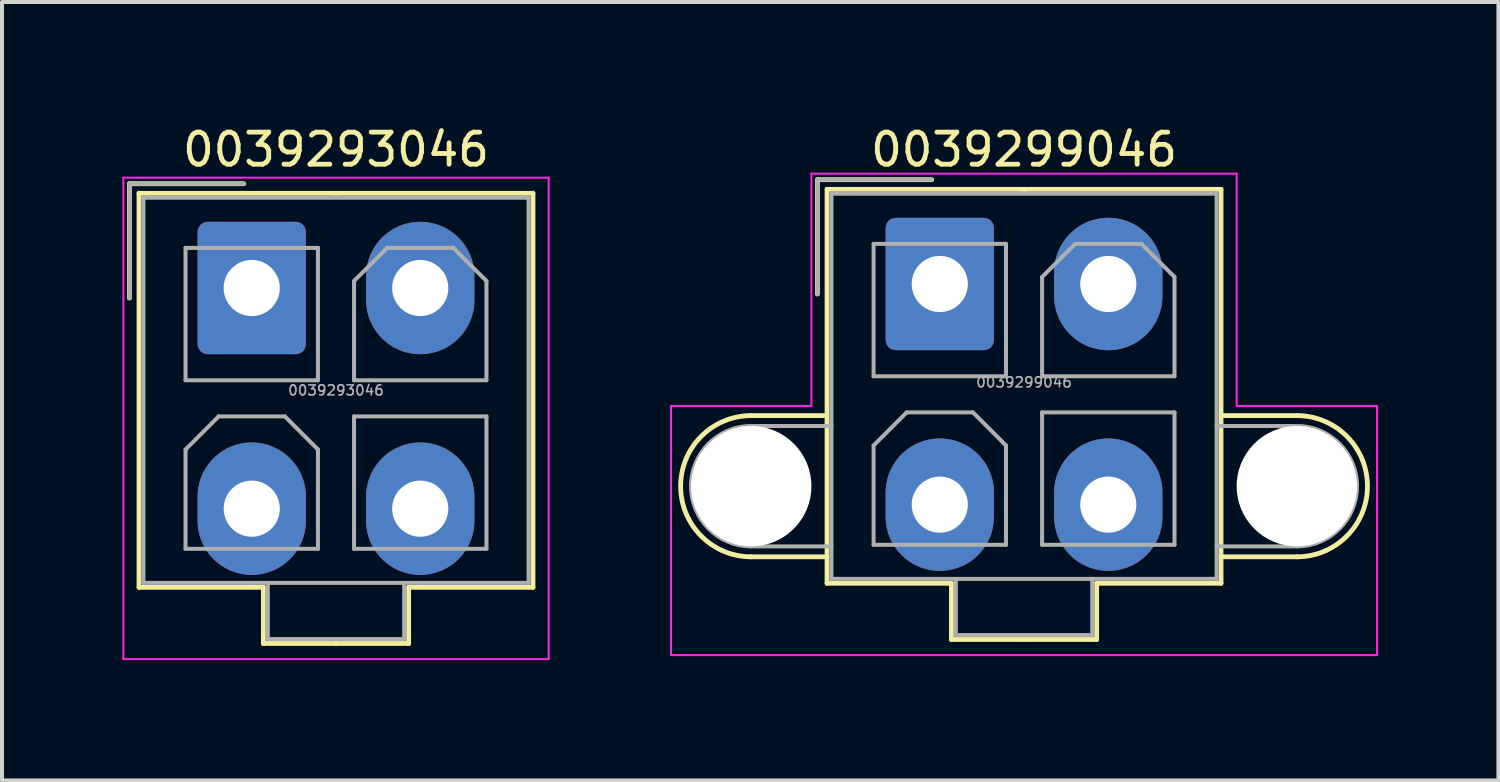
<source format=kicad_pcb>
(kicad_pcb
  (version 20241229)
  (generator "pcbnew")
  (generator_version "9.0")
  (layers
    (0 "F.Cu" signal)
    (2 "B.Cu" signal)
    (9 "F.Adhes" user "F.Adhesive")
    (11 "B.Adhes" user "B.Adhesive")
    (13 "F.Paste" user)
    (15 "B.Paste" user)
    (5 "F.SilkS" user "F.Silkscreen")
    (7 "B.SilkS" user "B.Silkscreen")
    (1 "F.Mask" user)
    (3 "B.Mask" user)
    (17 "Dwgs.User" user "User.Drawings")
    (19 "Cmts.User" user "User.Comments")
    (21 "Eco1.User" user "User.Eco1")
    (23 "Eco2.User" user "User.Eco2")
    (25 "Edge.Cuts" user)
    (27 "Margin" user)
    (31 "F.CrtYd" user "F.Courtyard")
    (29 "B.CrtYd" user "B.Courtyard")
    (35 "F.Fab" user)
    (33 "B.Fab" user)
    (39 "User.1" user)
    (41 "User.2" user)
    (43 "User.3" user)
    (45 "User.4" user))
  (footprint "0039299046"
    (layer "F.Cu")
    (at 22.475 6.779)
    (property "Reference" "0039299046" (at 0 -6.1 0) (layer "F.SilkS") (effects (font (size 0.8 0.8) (thickness 0.12))))
    (attr through_hole)
    (fp_line (start -6.8 0.53) (end -4.91 0.53) (stroke (width 0.12) (type solid)) (layer "F.SilkS"))
    (fp_line (start -6.8 4.05) (end -4.91 4.05) (stroke (width 0.12) (type solid)) (layer "F.SilkS"))
    (fp_line (start -5.15 -5.35) (end -5.15 -2.5) (stroke (width 0.12) (type solid)) (layer "F.SilkS"))
    (fp_line (start -4.91 -5.11) (end -4.91 4.71) (stroke (width 0.12) (type solid)) (layer "F.SilkS"))
    (fp_line (start -4.91 4.71) (end -1.81 4.71) (stroke (width 0.12) (type solid)) (layer "F.SilkS"))
    (fp_line (start -2.3 -5.35) (end -5.15 -5.35) (stroke (width 0.12) (type solid)) (layer "F.SilkS"))
    (fp_line (start -1.81 4.71) (end -1.81 6.11) (stroke (width 0.12) (type solid)) (layer "F.SilkS"))
    (fp_line (start -1.81 6.11) (end 0 6.11) (stroke (width 0.12) (type solid)) (layer "F.SilkS"))
    (fp_line (start 0 -5.11) (end -4.91 -5.11) (stroke (width 0.12) (type solid)) (layer "F.SilkS"))
    (fp_line (start 0 -5.11) (end 4.91 -5.11) (stroke (width 0.12) (type solid)) (layer "F.SilkS"))
    (fp_line (start 1.81 4.71) (end 1.81 6.11) (stroke (width 0.12) (type solid)) (layer "F.SilkS"))
    (fp_line (start 1.81 6.11) (end 0 6.11) (stroke (width 0.12) (type solid)) (layer "F.SilkS"))
    (fp_line (start 4.91 -5.11) (end 4.91 4.71) (stroke (width 0.12) (type solid)) (layer "F.SilkS"))
    (fp_line (start 4.91 4.71) (end 1.81 4.71) (stroke (width 0.12) (type solid)) (layer "F.SilkS"))
    (fp_line (start 6.8 0.53) (end 4.91 0.53) (stroke (width 0.12) (type solid)) (layer "F.SilkS"))
    (fp_line (start 6.8 4.05) (end 4.91 4.05) (stroke (width 0.12) (type solid)) (layer "F.SilkS"))
    (fp_arc (start -6.8 4.05) (mid -8.56 2.29) (end -6.8 0.53) (stroke (width 0.12) (type solid)) (layer "F.SilkS"))
    (fp_arc (start 6.8 0.53) (mid 8.56 2.29) (end 6.8 4.05) (stroke (width 0.12) (type solid)) (layer "F.SilkS"))
    (fp_line (start -8.8 0.29) (end -8.8 6.5) (stroke (width 0.05) (type solid)) (layer "F.CrtYd"))
    (fp_line (start -8.8 6.5) (end 8.8 6.5) (stroke (width 0.05) (type solid)) (layer "F.CrtYd"))
    (fp_line (start -5.3 -5.5) (end -5.3 0.29) (stroke (width 0.05) (type solid)) (layer "F.CrtYd"))
    (fp_line (start -5.3 0.29) (end -8.8 0.29) (stroke (width 0.05) (type solid)) (layer "F.CrtYd"))
    (fp_line (start 5.3 -5.5) (end -5.3 -5.5) (stroke (width 0.05) (type solid)) (layer "F.CrtYd"))
    (fp_line (start 5.3 0.29) (end 5.3 -5.5) (stroke (width 0.05) (type solid)) (layer "F.CrtYd"))
    (fp_line (start 8.8 0.29) (end 5.3 0.29) (stroke (width 0.05) (type solid)) (layer "F.CrtYd"))
    (fp_line (start 8.8 6.5) (end 8.8 0.29) (stroke (width 0.05) (type solid)) (layer "F.CrtYd"))
    (fp_line (start -6.8 0.79) (end -4.8 0.79) (stroke (width 0.1) (type solid)) (layer "F.Fab"))
    (fp_line (start -6.8 3.79) (end -4.8 3.79) (stroke (width 0.1) (type solid)) (layer "F.Fab"))
    (fp_line (start -5.15 -5.35) (end -5.15 -2.5) (stroke (width 0.1) (type solid)) (layer "F.Fab"))
    (fp_line (start -4.8 -5) (end -4.8 4.6) (stroke (width 0.1) (type solid)) (layer "F.Fab"))
    (fp_line (start -4.8 4.6) (end 4.8 4.6) (stroke (width 0.1) (type solid)) (layer "F.Fab"))
    (fp_line (start -3.75 -3.75) (end -3.75 -0.45) (stroke (width 0.1) (type solid)) (layer "F.Fab"))
    (fp_line (start -3.75 -0.45) (end -0.45 -0.45) (stroke (width 0.1) (type solid)) (layer "F.Fab"))
    (fp_line (start -3.75 1.275) (end -2.925 0.45) (stroke (width 0.1) (type solid)) (layer "F.Fab"))
    (fp_line (start -3.75 3.75) (end -3.75 1.275) (stroke (width 0.1) (type solid)) (layer "F.Fab"))
    (fp_line (start -2.925 0.45) (end -1.275 0.45) (stroke (width 0.1) (type solid)) (layer "F.Fab"))
    (fp_line (start -2.3 -5.35) (end -5.15 -5.35) (stroke (width 0.1) (type solid)) (layer "F.Fab"))
    (fp_line (start -1.7 4.6) (end -1.7 6) (stroke (width 0.1) (type solid)) (layer "F.Fab"))
    (fp_line (start -1.7 6) (end 1.7 6) (stroke (width 0.1) (type solid)) (layer "F.Fab"))
    (fp_line (start -1.275 0.45) (end -0.45 1.275) (stroke (width 0.1) (type solid)) (layer "F.Fab"))
    (fp_line (start -0.45 -3.75) (end -3.75 -3.75) (stroke (width 0.1) (type solid)) (layer "F.Fab"))
    (fp_line (start -0.45 -0.45) (end -0.45 -3.75) (stroke (width 0.1) (type solid)) (layer "F.Fab"))
    (fp_line (start -0.45 1.275) (end -0.45 3.75) (stroke (width 0.1) (type solid)) (layer "F.Fab"))
    (fp_line (start -0.45 3.75) (end -3.75 3.75) (stroke (width 0.1) (type solid)) (layer "F.Fab"))
    (fp_line (start 0.45 -2.925) (end 1.275 -3.75) (stroke (width 0.1) (type solid)) (layer "F.Fab"))
    (fp_line (start 0.45 -0.45) (end 0.45 -2.925) (stroke (width 0.1) (type solid)) (layer "F.Fab"))
    (fp_line (start 0.45 0.45) (end 0.45 3.75) (stroke (width 0.1) (type solid)) (layer "F.Fab"))
    (fp_line (start 0.45 3.75) (end 3.75 3.75) (stroke (width 0.1) (type solid)) (layer "F.Fab"))
    (fp_line (start 1.275 -3.75) (end 2.925 -3.75) (stroke (width 0.1) (type solid)) (layer "F.Fab"))
    (fp_line (start 1.7 6) (end 1.7 4.6) (stroke (width 0.1) (type solid)) (layer "F.Fab"))
    (fp_line (start 2.925 -3.75) (end 3.75 -2.925) (stroke (width 0.1) (type solid)) (layer "F.Fab"))
    (fp_line (start 3.75 -2.925) (end 3.75 -0.45) (stroke (width 0.1) (type solid)) (layer "F.Fab"))
    (fp_line (start 3.75 -0.45) (end 0.45 -0.45) (stroke (width 0.1) (type solid)) (layer "F.Fab"))
    (fp_line (start 3.75 0.45) (end 0.45 0.45) (stroke (width 0.1) (type solid)) (layer "F.Fab"))
    (fp_line (start 3.75 3.75) (end 3.75 0.45) (stroke (width 0.1) (type solid)) (layer "F.Fab"))
    (fp_line (start 4.8 -5) (end -4.8 -5) (stroke (width 0.1) (type solid)) (layer "F.Fab"))
    (fp_line (start 4.8 4.6) (end 4.8 -5) (stroke (width 0.1) (type solid)) (layer "F.Fab"))
    (fp_line (start 6.8 0.79) (end 4.8 0.79) (stroke (width 0.1) (type solid)) (layer "F.Fab"))
    (fp_line (start 6.8 3.79) (end 4.8 3.79) (stroke (width 0.1) (type solid)) (layer "F.Fab"))
    (fp_arc (start -6.8 3.79) (mid -8.3 2.29) (end -6.8 0.79) (stroke (width 0.1) (type solid)) (layer "F.Fab"))
    (fp_arc (start 6.8 0.79) (mid 8.3 2.29) (end 6.8 3.79) (stroke (width 0.1) (type solid)) (layer "F.Fab"))
    (fp_text user "${REFERENCE}" (at 0 -0.3 0) (layer "F.Fab") (effects (font (size 0.25 0.25) (thickness 0.04))))
    (pad "" np_thru_hole circle (at -6.8 2.29) (size 3 3) (drill 3) (layers "*.Cu" "*.Mask"))
    (pad "" np_thru_hole circle (at 6.8 2.29) (size 3 3) (drill 3) (layers "*.Cu" "*.Mask"))
    (pad "1" thru_hole roundrect (at -2.1 -2.75) (size 2.7 3.3) (drill 1.4) (layers "*.Cu" "*.Mask") (roundrect_rratio 0.093))
    (pad "2" thru_hole oval (at 2.1 -2.75) (size 2.7 3.3) (drill 1.4) (layers "*.Cu" "*.Mask"))
    (pad "3" thru_hole oval (at -2.1 2.75) (size 2.7 3.3) (drill 1.4) (layers "*.Cu" "*.Mask"))
    (pad "4" thru_hole oval (at 2.1 2.75) (size 2.7 3.3) (drill 1.4) (layers "*.Cu" "*.Mask")))
  (footprint "0039293046"
    (layer "F.Cu")
    (at 5.325 6.879)
    (property "Reference" "0039293046" (at 0 -6.2 0) (layer "F.SilkS") (effects (font (size 0.8 0.8) (thickness 0.12))))
    (attr through_hole)
    (fp_line (start -5.15 -5.35) (end -5.15 -2.5) (stroke (width 0.12) (type solid)) (layer "F.SilkS"))
    (fp_line (start -4.91 -5.11) (end -4.91 4.71) (stroke (width 0.12) (type solid)) (layer "F.SilkS"))
    (fp_line (start -4.91 4.71) (end -1.81 4.71) (stroke (width 0.12) (type solid)) (layer "F.SilkS"))
    (fp_line (start -2.3 -5.35) (end -5.15 -5.35) (stroke (width 0.12) (type solid)) (layer "F.SilkS"))
    (fp_line (start -1.81 4.71) (end -1.81 6.11) (stroke (width 0.12) (type solid)) (layer "F.SilkS"))
    (fp_line (start -1.81 6.11) (end 0 6.11) (stroke (width 0.12) (type solid)) (layer "F.SilkS"))
    (fp_line (start 0 -5.11) (end -4.91 -5.11) (stroke (width 0.12) (type solid)) (layer "F.SilkS"))
    (fp_line (start 0 -5.11) (end 4.91 -5.11) (stroke (width 0.12) (type solid)) (layer "F.SilkS"))
    (fp_line (start 1.81 4.71) (end 1.81 6.11) (stroke (width 0.12) (type solid)) (layer "F.SilkS"))
    (fp_line (start 1.81 6.11) (end 0 6.11) (stroke (width 0.12) (type solid)) (layer "F.SilkS"))
    (fp_line (start 4.91 -5.11) (end 4.91 4.71) (stroke (width 0.12) (type solid)) (layer "F.SilkS"))
    (fp_line (start 4.91 4.71) (end 1.81 4.71) (stroke (width 0.12) (type solid)) (layer "F.SilkS"))
    (fp_line (start -5.3 -5.5) (end -5.3 6.5) (stroke (width 0.05) (type solid)) (layer "F.CrtYd"))
    (fp_line (start -5.3 6.5) (end 5.3 6.5) (stroke (width 0.05) (type solid)) (layer "F.CrtYd"))
    (fp_line (start 5.3 -5.5) (end -5.3 -5.5) (stroke (width 0.05) (type solid)) (layer "F.CrtYd"))
    (fp_line (start 5.3 6.5) (end 5.3 -5.5) (stroke (width 0.05) (type solid)) (layer "F.CrtYd"))
    (fp_line (start -5.15 -5.35) (end -5.15 -2.5) (stroke (width 0.1) (type solid)) (layer "F.Fab"))
    (fp_line (start -4.8 -5) (end -4.8 4.6) (stroke (width 0.1) (type solid)) (layer "F.Fab"))
    (fp_line (start -4.8 4.6) (end 4.8 4.6) (stroke (width 0.1) (type solid)) (layer "F.Fab"))
    (fp_line (start -3.75 -3.75) (end -3.75 -0.45) (stroke (width 0.1) (type solid)) (layer "F.Fab"))
    (fp_line (start -3.75 -0.45) (end -0.45 -0.45) (stroke (width 0.1) (type solid)) (layer "F.Fab"))
    (fp_line (start -3.75 1.275) (end -2.925 0.45) (stroke (width 0.1) (type solid)) (layer "F.Fab"))
    (fp_line (start -3.75 3.75) (end -3.75 1.275) (stroke (width 0.1) (type solid)) (layer "F.Fab"))
    (fp_line (start -2.925 0.45) (end -1.275 0.45) (stroke (width 0.1) (type solid)) (layer "F.Fab"))
    (fp_line (start -2.3 -5.35) (end -5.15 -5.35) (stroke (width 0.1) (type solid)) (layer "F.Fab"))
    (fp_line (start -1.7 4.6) (end -1.7 6) (stroke (width 0.1) (type solid)) (layer "F.Fab"))
    (fp_line (start -1.7 6) (end 1.7 6) (stroke (width 0.1) (type solid)) (layer "F.Fab"))
    (fp_line (start -1.275 0.45) (end -0.45 1.275) (stroke (width 0.1) (type solid)) (layer "F.Fab"))
    (fp_line (start -0.45 -3.75) (end -3.75 -3.75) (stroke (width 0.1) (type solid)) (layer "F.Fab"))
    (fp_line (start -0.45 -0.45) (end -0.45 -3.75) (stroke (width 0.1) (type solid)) (layer "F.Fab"))
    (fp_line (start -0.45 1.275) (end -0.45 3.75) (stroke (width 0.1) (type solid)) (layer "F.Fab"))
    (fp_line (start -0.45 3.75) (end -3.75 3.75) (stroke (width 0.1) (type solid)) (layer "F.Fab"))
    (fp_line (start 0.45 -2.925) (end 1.275 -3.75) (stroke (width 0.1) (type solid)) (layer "F.Fab"))
    (fp_line (start 0.45 -0.45) (end 0.45 -2.925) (stroke (width 0.1) (type solid)) (layer "F.Fab"))
    (fp_line (start 0.45 0.45) (end 0.45 3.75) (stroke (width 0.1) (type solid)) (layer "F.Fab"))
    (fp_line (start 0.45 3.75) (end 3.75 3.75) (stroke (width 0.1) (type solid)) (layer "F.Fab"))
    (fp_line (start 1.275 -3.75) (end 2.925 -3.75) (stroke (width 0.1) (type solid)) (layer "F.Fab"))
    (fp_line (start 1.7 6) (end 1.7 4.6) (stroke (width 0.1) (type solid)) (layer "F.Fab"))
    (fp_line (start 2.925 -3.75) (end 3.75 -2.925) (stroke (width 0.1) (type solid)) (layer "F.Fab"))
    (fp_line (start 3.75 -2.925) (end 3.75 -0.45) (stroke (width 0.1) (type solid)) (layer "F.Fab"))
    (fp_line (start 3.75 -0.45) (end 0.45 -0.45) (stroke (width 0.1) (type solid)) (layer "F.Fab"))
    (fp_line (start 3.75 0.45) (end 0.45 0.45) (stroke (width 0.1) (type solid)) (layer "F.Fab"))
    (fp_line (start 3.75 3.75) (end 3.75 0.45) (stroke (width 0.1) (type solid)) (layer "F.Fab"))
    (fp_line (start 4.8 -5) (end -4.8 -5) (stroke (width 0.1) (type solid)) (layer "F.Fab"))
    (fp_line (start 4.8 4.6) (end 4.8 -5) (stroke (width 0.1) (type solid)) (layer "F.Fab"))
    (fp_text user "${REFERENCE}" (at 0 -0.2 0) (layer "F.Fab") (effects (font (size 0.25 0.25) (thickness 0.04))))
    (pad "1" thru_hole roundrect (at -2.1 -2.75) (size 2.7 3.3) (drill 1.4) (layers "*.Cu" "*.Mask") (roundrect_rratio 0.093))
    (pad "2" thru_hole oval (at 2.1 -2.75) (size 2.7 3.3) (drill 1.4) (layers "*.Cu" "*.Mask"))
    (pad "3" thru_hole oval (at -2.1 2.75) (size 2.7 3.3) (drill 1.4) (layers "*.Cu" "*.Mask"))
    (pad "4" thru_hole oval (at 2.1 2.75) (size 2.7 3.3) (drill 1.4) (layers "*.Cu" "*.Mask")))
  (gr_rect
    (start -3 -3)
    (end 34.3 16.404)
    (stroke (width 0.1) (type default))
    (fill no)
    (layer "Edge.Cuts")))
</source>
